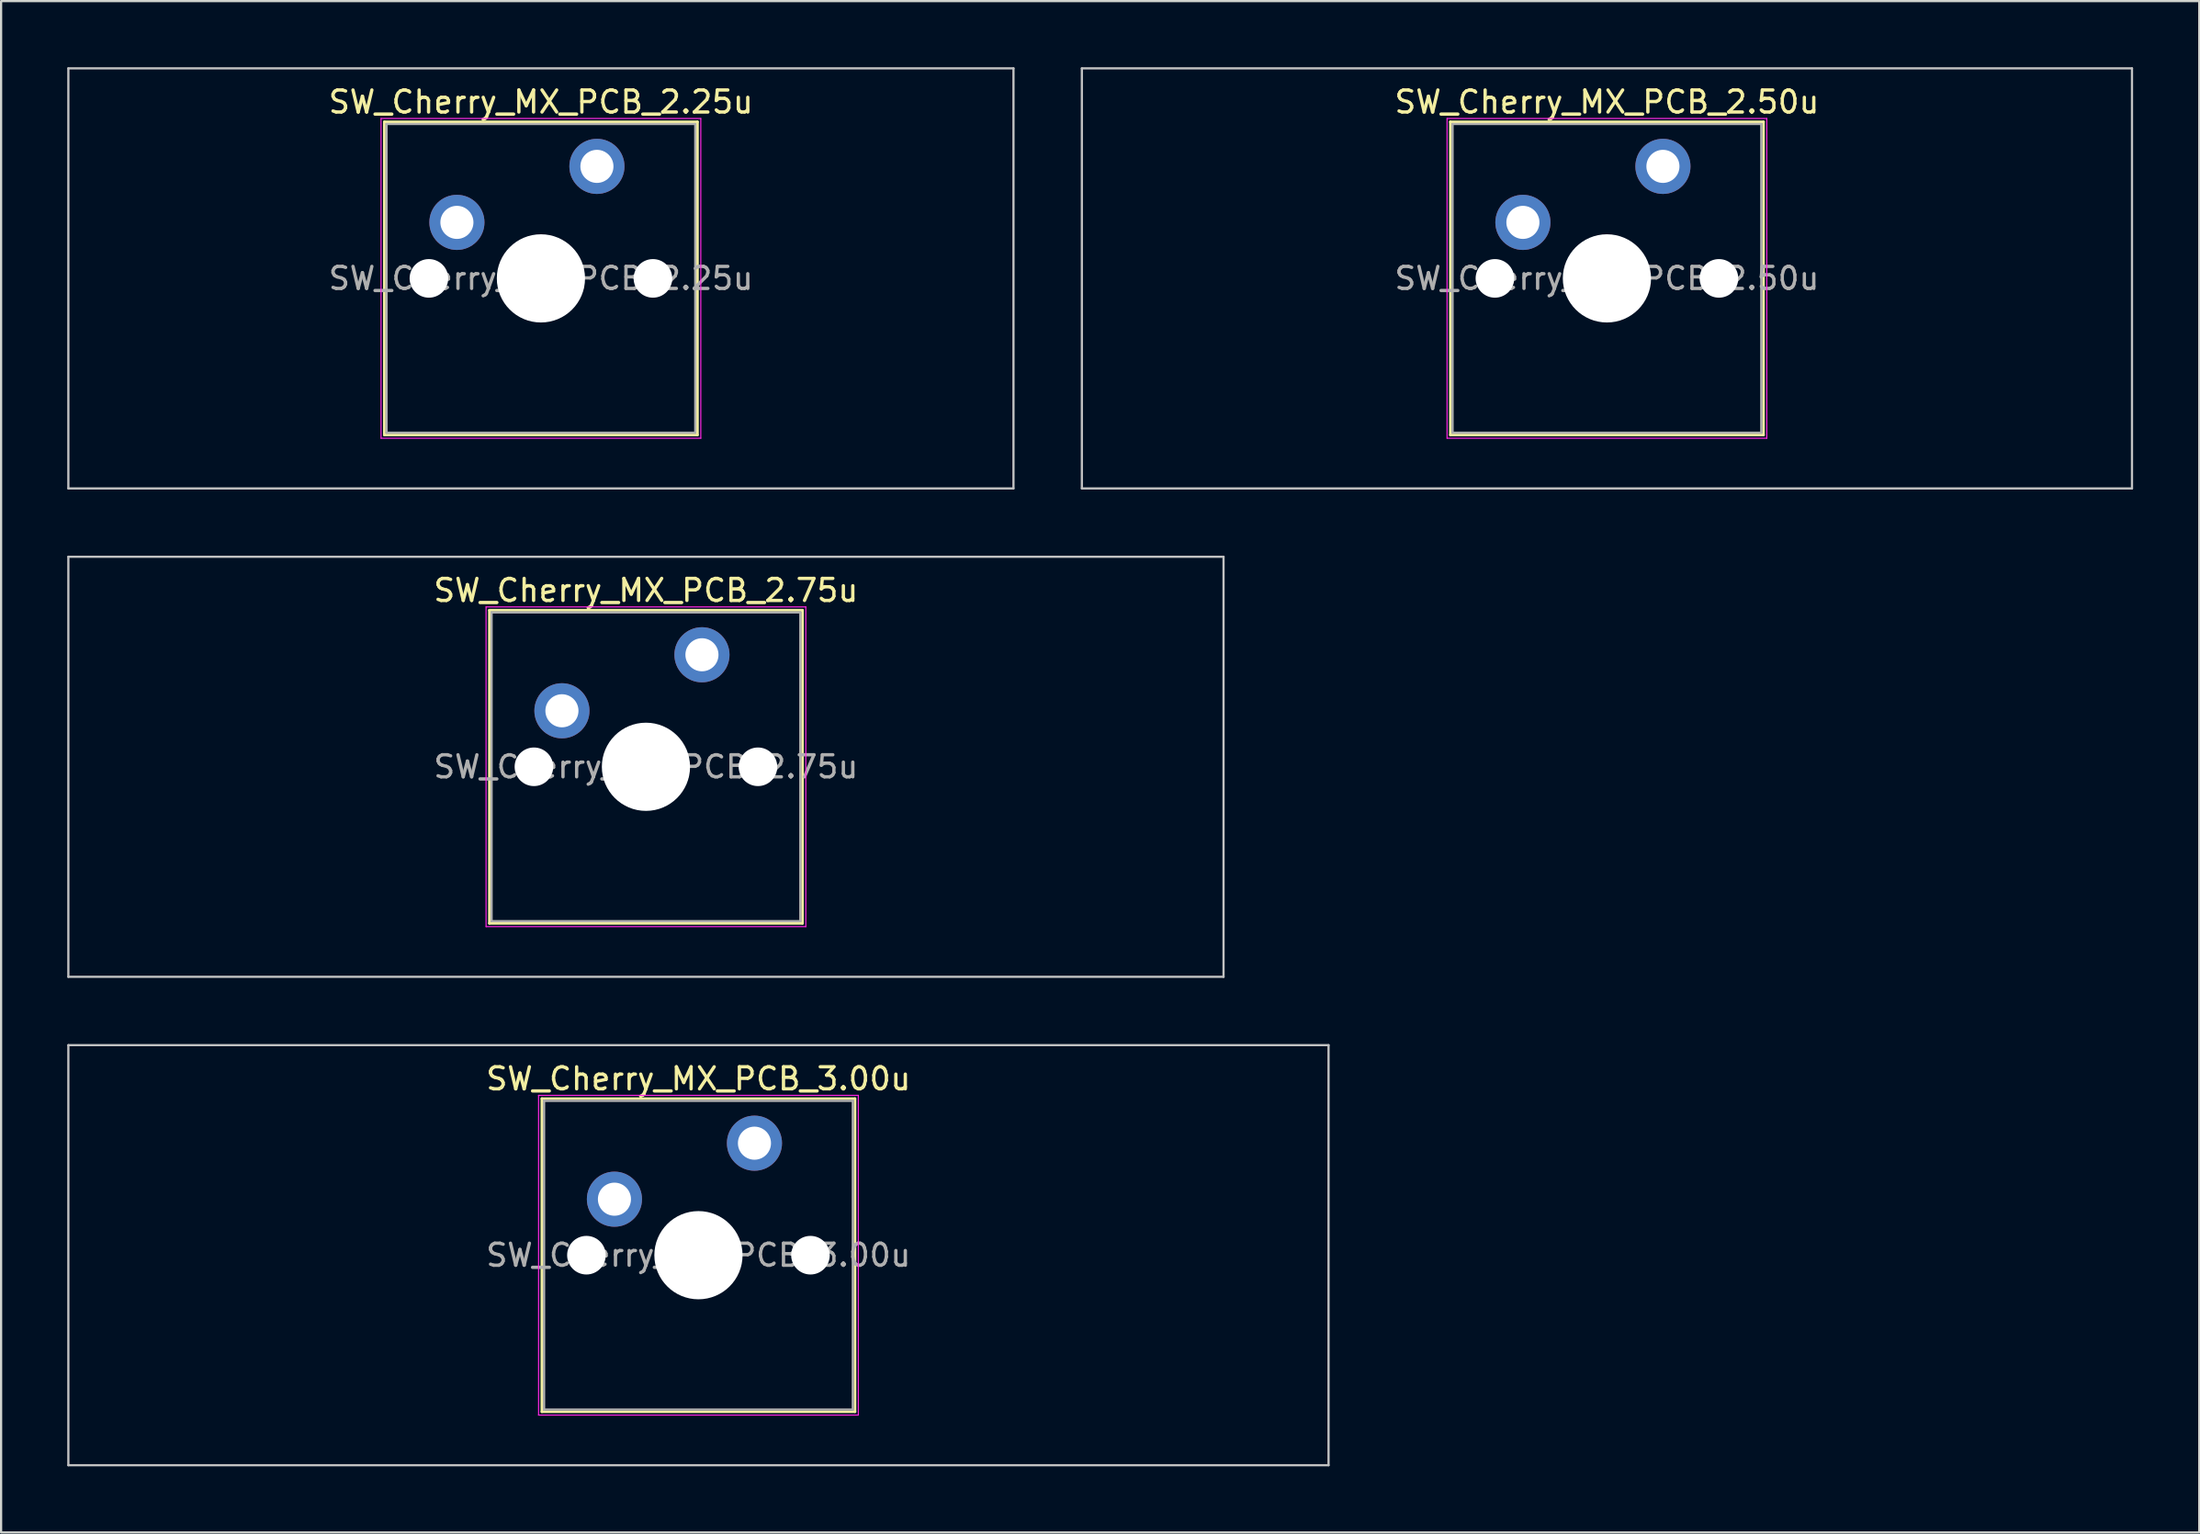
<source format=kicad_pcb>
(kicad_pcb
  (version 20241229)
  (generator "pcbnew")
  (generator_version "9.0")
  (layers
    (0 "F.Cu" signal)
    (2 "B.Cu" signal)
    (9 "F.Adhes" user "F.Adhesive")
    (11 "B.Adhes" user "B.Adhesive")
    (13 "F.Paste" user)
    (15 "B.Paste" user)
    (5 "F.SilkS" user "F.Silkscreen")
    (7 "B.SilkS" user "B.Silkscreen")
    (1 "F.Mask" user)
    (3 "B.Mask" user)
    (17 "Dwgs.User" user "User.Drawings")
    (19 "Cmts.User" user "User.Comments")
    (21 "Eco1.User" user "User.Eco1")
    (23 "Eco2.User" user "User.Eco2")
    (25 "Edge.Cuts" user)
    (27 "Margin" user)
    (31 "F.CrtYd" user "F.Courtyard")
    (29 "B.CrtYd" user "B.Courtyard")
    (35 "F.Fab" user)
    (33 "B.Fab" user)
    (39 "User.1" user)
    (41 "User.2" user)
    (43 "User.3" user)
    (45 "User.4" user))
  (footprint "SW_Cherry_MX_PCB_3.00u"
    (layer "F.Cu")
    (at 28.625 53.875)
    (property "Reference" "SW_Cherry_MX_PCB_3.00u" (at 0 -8 0) (layer "F.SilkS") (effects (font (size 1 1) (thickness 0.15))))
    (attr through_hole)
    (fp_line (start -7.1 -7.1) (end -7.1 7.1) (stroke (width 0.12) (type solid)) (layer "F.SilkS"))
    (fp_line (start -7.1 7.1) (end 7.1 7.1) (stroke (width 0.12) (type solid)) (layer "F.SilkS"))
    (fp_line (start 7.1 -7.1) (end -7.1 -7.1) (stroke (width 0.12) (type solid)) (layer "F.SilkS"))
    (fp_line (start 7.1 7.1) (end 7.1 -7.1) (stroke (width 0.12) (type solid)) (layer "F.SilkS"))
    (fp_line (start -28.575 -9.525) (end -28.575 9.525) (stroke (width 0.1) (type solid)) (layer "Dwgs.User"))
    (fp_line (start -28.575 9.525) (end 28.575 9.525) (stroke (width 0.1) (type solid)) (layer "Dwgs.User"))
    (fp_line (start 28.575 -9.525) (end -28.575 -9.525) (stroke (width 0.1) (type solid)) (layer "Dwgs.User"))
    (fp_line (start 28.575 9.525) (end 28.575 -9.525) (stroke (width 0.1) (type solid)) (layer "Dwgs.User"))
    (fp_line (start -7 -7) (end -7 7) (stroke (width 0.1) (type solid)) (layer "Eco1.User"))
    (fp_line (start -7 7) (end 7 7) (stroke (width 0.1) (type solid)) (layer "Eco1.User"))
    (fp_line (start 7 -7) (end -7 -7) (stroke (width 0.1) (type solid)) (layer "Eco1.User"))
    (fp_line (start 7 7) (end 7 -7) (stroke (width 0.1) (type solid)) (layer "Eco1.User"))
    (fp_line (start -7.25 -7.25) (end -7.25 7.25) (stroke (width 0.05) (type solid)) (layer "F.CrtYd"))
    (fp_line (start -7.25 7.25) (end 7.25 7.25) (stroke (width 0.05) (type solid)) (layer "F.CrtYd"))
    (fp_line (start 7.25 -7.25) (end -7.25 -7.25) (stroke (width 0.05) (type solid)) (layer "F.CrtYd"))
    (fp_line (start 7.25 7.25) (end 7.25 -7.25) (stroke (width 0.05) (type solid)) (layer "F.CrtYd"))
    (fp_line (start -7 -7) (end -7 7) (stroke (width 0.1) (type solid)) (layer "F.Fab"))
    (fp_line (start -7 7) (end 7 7) (stroke (width 0.1) (type solid)) (layer "F.Fab"))
    (fp_line (start 7 -7) (end -7 -7) (stroke (width 0.1) (type solid)) (layer "F.Fab"))
    (fp_line (start 7 7) (end 7 -7) (stroke (width 0.1) (type solid)) (layer "F.Fab"))
    (fp_text user "${REFERENCE}" (at 0 0 0) (layer "F.Fab") (effects (font (size 1 1) (thickness 0.15))))
    (pad "" np_thru_hole circle (at -5.08 0) (size 1.75 1.75) (drill 1.75) (layers "*.Cu" "*.Mask"))
    (pad "" smd circle (at -3.81 -2.54) (size 1.55 1.55) (layers "F.Mask"))
    (pad "" np_thru_hole circle (at 0 0) (size 4 4) (drill 4) (layers "*.Cu" "*.Mask"))
    (pad "" smd circle (at 2.54 -5.08) (size 1.55 1.55) (layers "F.Mask"))
    (pad "" np_thru_hole circle (at 5.08 0) (size 1.75 1.75) (drill 1.75) (layers "*.Cu" "*.Mask"))
    (pad "1" thru_hole circle (at -3.81 -2.54) (size 2.5 2.5) (drill 1.5) (layers "*.Cu" "B.Mask"))
    (pad "2" thru_hole circle (at 2.54 -5.08) (size 2.5 2.5) (drill 1.5) (layers "*.Cu" "B.Mask")))
  (footprint "SW_Cherry_MX_PCB_2.75u"
    (layer "F.Cu")
    (at 26.244 31.725)
    (property "Reference" "SW_Cherry_MX_PCB_2.75u" (at 0 -8 0) (layer "F.SilkS") (effects (font (size 1 1) (thickness 0.15))))
    (attr through_hole)
    (fp_line (start -7.1 -7.1) (end -7.1 7.1) (stroke (width 0.12) (type solid)) (layer "F.SilkS"))
    (fp_line (start -7.1 7.1) (end 7.1 7.1) (stroke (width 0.12) (type solid)) (layer "F.SilkS"))
    (fp_line (start 7.1 -7.1) (end -7.1 -7.1) (stroke (width 0.12) (type solid)) (layer "F.SilkS"))
    (fp_line (start 7.1 7.1) (end 7.1 -7.1) (stroke (width 0.12) (type solid)) (layer "F.SilkS"))
    (fp_line (start -26.194 -9.525) (end -26.194 9.525) (stroke (width 0.1) (type solid)) (layer "Dwgs.User"))
    (fp_line (start -26.194 9.525) (end 26.194 9.525) (stroke (width 0.1) (type solid)) (layer "Dwgs.User"))
    (fp_line (start 26.194 -9.525) (end -26.194 -9.525) (stroke (width 0.1) (type solid)) (layer "Dwgs.User"))
    (fp_line (start 26.194 9.525) (end 26.194 -9.525) (stroke (width 0.1) (type solid)) (layer "Dwgs.User"))
    (fp_line (start -7 -7) (end -7 7) (stroke (width 0.1) (type solid)) (layer "Eco1.User"))
    (fp_line (start -7 7) (end 7 7) (stroke (width 0.1) (type solid)) (layer "Eco1.User"))
    (fp_line (start 7 -7) (end -7 -7) (stroke (width 0.1) (type solid)) (layer "Eco1.User"))
    (fp_line (start 7 7) (end 7 -7) (stroke (width 0.1) (type solid)) (layer "Eco1.User"))
    (fp_line (start -7.25 -7.25) (end -7.25 7.25) (stroke (width 0.05) (type solid)) (layer "F.CrtYd"))
    (fp_line (start -7.25 7.25) (end 7.25 7.25) (stroke (width 0.05) (type solid)) (layer "F.CrtYd"))
    (fp_line (start 7.25 -7.25) (end -7.25 -7.25) (stroke (width 0.05) (type solid)) (layer "F.CrtYd"))
    (fp_line (start 7.25 7.25) (end 7.25 -7.25) (stroke (width 0.05) (type solid)) (layer "F.CrtYd"))
    (fp_line (start -7 -7) (end -7 7) (stroke (width 0.1) (type solid)) (layer "F.Fab"))
    (fp_line (start -7 7) (end 7 7) (stroke (width 0.1) (type solid)) (layer "F.Fab"))
    (fp_line (start 7 -7) (end -7 -7) (stroke (width 0.1) (type solid)) (layer "F.Fab"))
    (fp_line (start 7 7) (end 7 -7) (stroke (width 0.1) (type solid)) (layer "F.Fab"))
    (fp_text user "${REFERENCE}" (at 0 0 0) (layer "F.Fab") (effects (font (size 1 1) (thickness 0.15))))
    (pad "" np_thru_hole circle (at -5.08 0) (size 1.75 1.75) (drill 1.75) (layers "*.Cu" "*.Mask"))
    (pad "" smd circle (at -3.81 -2.54) (size 1.55 1.55) (layers "F.Mask"))
    (pad "" np_thru_hole circle (at 0 0) (size 4 4) (drill 4) (layers "*.Cu" "*.Mask"))
    (pad "" smd circle (at 2.54 -5.08) (size 1.55 1.55) (layers "F.Mask"))
    (pad "" np_thru_hole circle (at 5.08 0) (size 1.75 1.75) (drill 1.75) (layers "*.Cu" "*.Mask"))
    (pad "1" thru_hole circle (at -3.81 -2.54) (size 2.5 2.5) (drill 1.5) (layers "*.Cu" "B.Mask"))
    (pad "2" thru_hole circle (at 2.54 -5.08) (size 2.5 2.5) (drill 1.5) (layers "*.Cu" "B.Mask")))
  (footprint "SW_Cherry_MX_PCB_2.50u"
    (layer "F.Cu")
    (at 69.825 9.575)
    (property "Reference" "SW_Cherry_MX_PCB_2.50u" (at 0 -8 0) (layer "F.SilkS") (effects (font (size 1 1) (thickness 0.15))))
    (attr through_hole)
    (fp_line (start -7.1 -7.1) (end -7.1 7.1) (stroke (width 0.12) (type solid)) (layer "F.SilkS"))
    (fp_line (start -7.1 7.1) (end 7.1 7.1) (stroke (width 0.12) (type solid)) (layer "F.SilkS"))
    (fp_line (start 7.1 -7.1) (end -7.1 -7.1) (stroke (width 0.12) (type solid)) (layer "F.SilkS"))
    (fp_line (start 7.1 7.1) (end 7.1 -7.1) (stroke (width 0.12) (type solid)) (layer "F.SilkS"))
    (fp_line (start -23.812 -9.525) (end -23.812 9.525) (stroke (width 0.1) (type solid)) (layer "Dwgs.User"))
    (fp_line (start -23.812 9.525) (end 23.812 9.525) (stroke (width 0.1) (type solid)) (layer "Dwgs.User"))
    (fp_line (start 23.812 -9.525) (end -23.812 -9.525) (stroke (width 0.1) (type solid)) (layer "Dwgs.User"))
    (fp_line (start 23.812 9.525) (end 23.812 -9.525) (stroke (width 0.1) (type solid)) (layer "Dwgs.User"))
    (fp_line (start -7 -7) (end -7 7) (stroke (width 0.1) (type solid)) (layer "Eco1.User"))
    (fp_line (start -7 7) (end 7 7) (stroke (width 0.1) (type solid)) (layer "Eco1.User"))
    (fp_line (start 7 -7) (end -7 -7) (stroke (width 0.1) (type solid)) (layer "Eco1.User"))
    (fp_line (start 7 7) (end 7 -7) (stroke (width 0.1) (type solid)) (layer "Eco1.User"))
    (fp_line (start -7.25 -7.25) (end -7.25 7.25) (stroke (width 0.05) (type solid)) (layer "F.CrtYd"))
    (fp_line (start -7.25 7.25) (end 7.25 7.25) (stroke (width 0.05) (type solid)) (layer "F.CrtYd"))
    (fp_line (start 7.25 -7.25) (end -7.25 -7.25) (stroke (width 0.05) (type solid)) (layer "F.CrtYd"))
    (fp_line (start 7.25 7.25) (end 7.25 -7.25) (stroke (width 0.05) (type solid)) (layer "F.CrtYd"))
    (fp_line (start -7 -7) (end -7 7) (stroke (width 0.1) (type solid)) (layer "F.Fab"))
    (fp_line (start -7 7) (end 7 7) (stroke (width 0.1) (type solid)) (layer "F.Fab"))
    (fp_line (start 7 -7) (end -7 -7) (stroke (width 0.1) (type solid)) (layer "F.Fab"))
    (fp_line (start 7 7) (end 7 -7) (stroke (width 0.1) (type solid)) (layer "F.Fab"))
    (fp_text user "${REFERENCE}" (at 0 0 0) (layer "F.Fab") (effects (font (size 1 1) (thickness 0.15))))
    (pad "" np_thru_hole circle (at -5.08 0) (size 1.75 1.75) (drill 1.75) (layers "*.Cu" "*.Mask"))
    (pad "" smd circle (at -3.81 -2.54) (size 1.55 1.55) (layers "F.Mask"))
    (pad "" np_thru_hole circle (at 0 0) (size 4 4) (drill 4) (layers "*.Cu" "*.Mask"))
    (pad "" smd circle (at 2.54 -5.08) (size 1.55 1.55) (layers "F.Mask"))
    (pad "" np_thru_hole circle (at 5.08 0) (size 1.75 1.75) (drill 1.75) (layers "*.Cu" "*.Mask"))
    (pad "1" thru_hole circle (at -3.81 -2.54) (size 2.5 2.5) (drill 1.5) (layers "*.Cu" "B.Mask"))
    (pad "2" thru_hole circle (at 2.54 -5.08) (size 2.5 2.5) (drill 1.5) (layers "*.Cu" "B.Mask")))
  (footprint "SW_Cherry_MX_PCB_2.25u"
    (layer "F.Cu")
    (at 21.481 9.575)
    (property "Reference" "SW_Cherry_MX_PCB_2.25u" (at 0 -8 0) (layer "F.SilkS") (effects (font (size 1 1) (thickness 0.15))))
    (attr through_hole)
    (fp_line (start -7.1 -7.1) (end -7.1 7.1) (stroke (width 0.12) (type solid)) (layer "F.SilkS"))
    (fp_line (start -7.1 7.1) (end 7.1 7.1) (stroke (width 0.12) (type solid)) (layer "F.SilkS"))
    (fp_line (start 7.1 -7.1) (end -7.1 -7.1) (stroke (width 0.12) (type solid)) (layer "F.SilkS"))
    (fp_line (start 7.1 7.1) (end 7.1 -7.1) (stroke (width 0.12) (type solid)) (layer "F.SilkS"))
    (fp_line (start -21.431 -9.525) (end -21.431 9.525) (stroke (width 0.1) (type solid)) (layer "Dwgs.User"))
    (fp_line (start -21.431 9.525) (end 21.431 9.525) (stroke (width 0.1) (type solid)) (layer "Dwgs.User"))
    (fp_line (start 21.431 -9.525) (end -21.431 -9.525) (stroke (width 0.1) (type solid)) (layer "Dwgs.User"))
    (fp_line (start 21.431 9.525) (end 21.431 -9.525) (stroke (width 0.1) (type solid)) (layer "Dwgs.User"))
    (fp_line (start -7 -7) (end -7 7) (stroke (width 0.1) (type solid)) (layer "Eco1.User"))
    (fp_line (start -7 7) (end 7 7) (stroke (width 0.1) (type solid)) (layer "Eco1.User"))
    (fp_line (start 7 -7) (end -7 -7) (stroke (width 0.1) (type solid)) (layer "Eco1.User"))
    (fp_line (start 7 7) (end 7 -7) (stroke (width 0.1) (type solid)) (layer "Eco1.User"))
    (fp_line (start -7.25 -7.25) (end -7.25 7.25) (stroke (width 0.05) (type solid)) (layer "F.CrtYd"))
    (fp_line (start -7.25 7.25) (end 7.25 7.25) (stroke (width 0.05) (type solid)) (layer "F.CrtYd"))
    (fp_line (start 7.25 -7.25) (end -7.25 -7.25) (stroke (width 0.05) (type solid)) (layer "F.CrtYd"))
    (fp_line (start 7.25 7.25) (end 7.25 -7.25) (stroke (width 0.05) (type solid)) (layer "F.CrtYd"))
    (fp_line (start -7 -7) (end -7 7) (stroke (width 0.1) (type solid)) (layer "F.Fab"))
    (fp_line (start -7 7) (end 7 7) (stroke (width 0.1) (type solid)) (layer "F.Fab"))
    (fp_line (start 7 -7) (end -7 -7) (stroke (width 0.1) (type solid)) (layer "F.Fab"))
    (fp_line (start 7 7) (end 7 -7) (stroke (width 0.1) (type solid)) (layer "F.Fab"))
    (fp_text user "${REFERENCE}" (at 0 0 0) (layer "F.Fab") (effects (font (size 1 1) (thickness 0.15))))
    (pad "" np_thru_hole circle (at -5.08 0) (size 1.75 1.75) (drill 1.75) (layers "*.Cu" "*.Mask"))
    (pad "" smd circle (at -3.81 -2.54) (size 1.55 1.55) (layers "F.Mask"))
    (pad "" np_thru_hole circle (at 0 0) (size 4 4) (drill 4) (layers "*.Cu" "*.Mask"))
    (pad "" smd circle (at 2.54 -5.08) (size 1.55 1.55) (layers "F.Mask"))
    (pad "" np_thru_hole circle (at 5.08 0) (size 1.75 1.75) (drill 1.75) (layers "*.Cu" "*.Mask"))
    (pad "1" thru_hole circle (at -3.81 -2.54) (size 2.5 2.5) (drill 1.5) (layers "*.Cu" "B.Mask"))
    (pad "2" thru_hole circle (at 2.54 -5.08) (size 2.5 2.5) (drill 1.5) (layers "*.Cu" "B.Mask")))
  (gr_rect
    (start -3 -3)
    (end 96.688 66.45)
    (stroke (width 0.1) (type default))
    (fill no)
    (layer "Edge.Cuts")))
</source>
